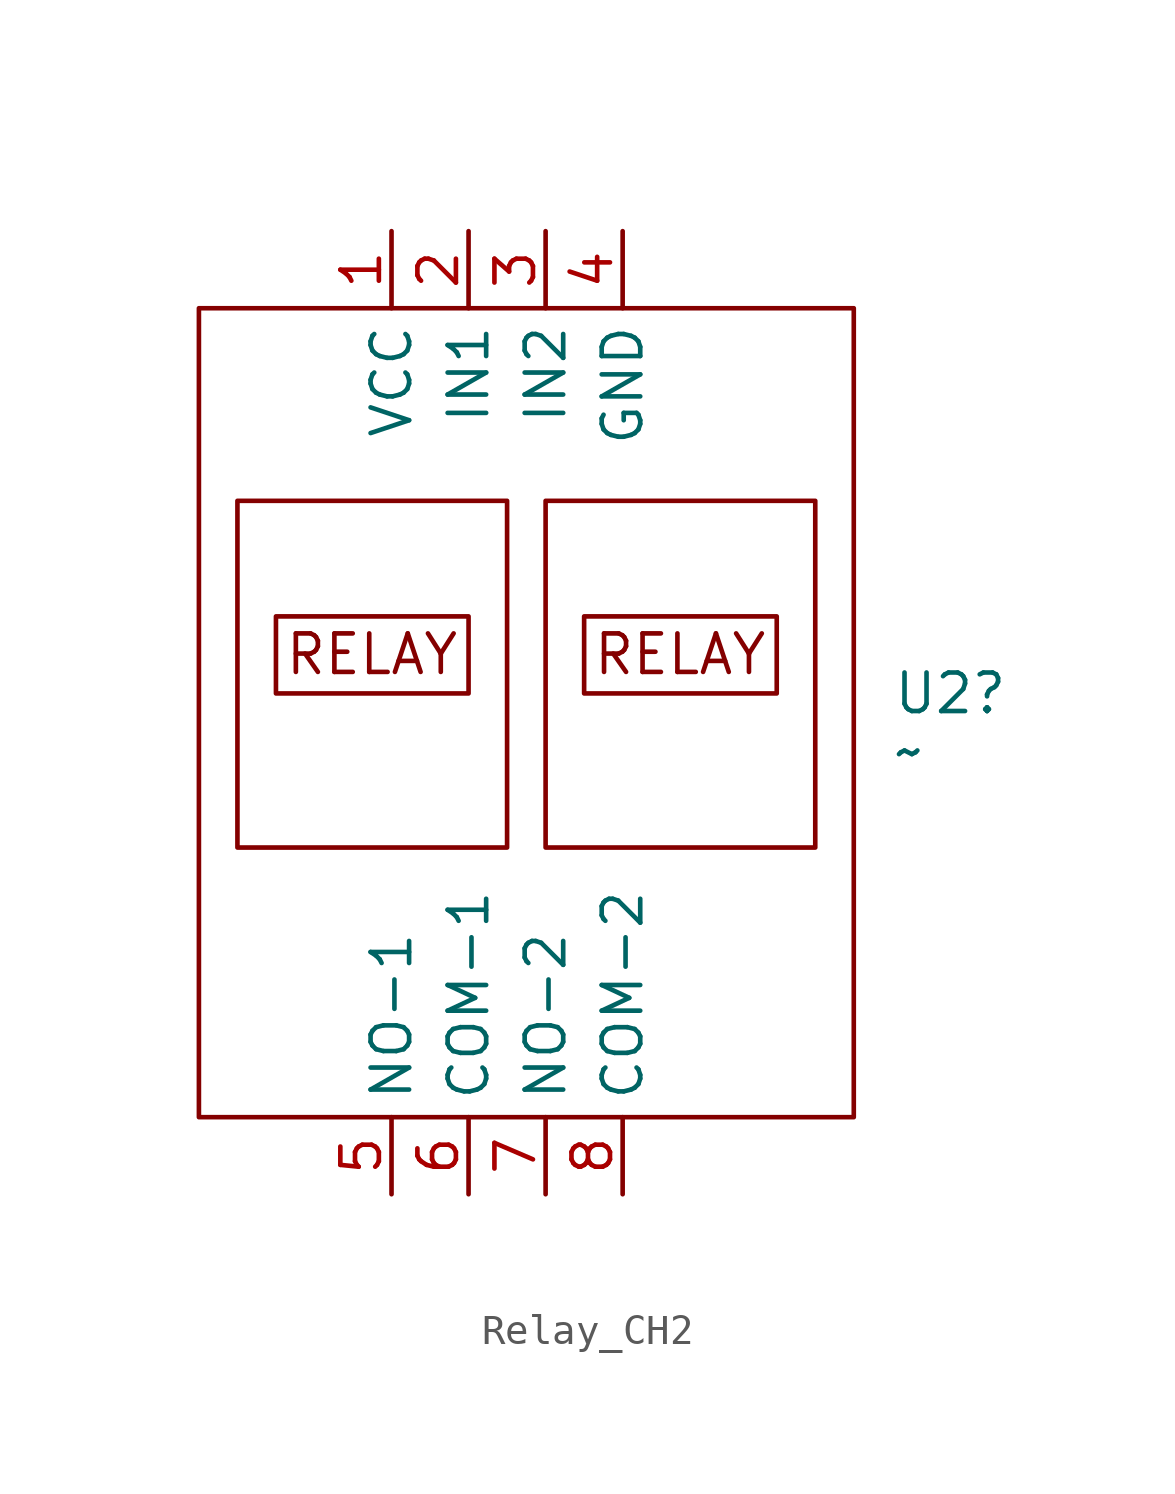
<source format=kicad_sym>
(kicad_symbol_lib
  (version 20241209)
  (generator "kicad_symbol_editor")
  (generator_version "9.0")
  (symbol "Relay_CH2"
    (property "Reference" "U2"
      (at -6.35 11.43 0)
      (effects (font (size 1.27 1.27)) (justify left)))
    (property "Value" "~"
      (at -6.35 9.525 0)
      (effects (font (size 1.27 1.27)) (justify left)))
    (symbol "Relay_CH2_0_1"
      (rectangle (start -29.21 24.13) (end -7.62 -2.54) (stroke (width 0) (type default)) (fill (type none)))
      (rectangle (start -27.94 17.78) (end -19.05 6.35) (stroke (width 0) (type default)) (fill (type none)))
      (rectangle (start -17.78 17.78) (end -8.89 6.35) (stroke (width 0) (type default)) (fill (type none))))
    (symbol "Relay_CH2_1_1"
      (text_box "RELAY\n" (at -26.67 13.97 0) (size 6.35 -2.54) (margins 0.254 0.508 1.016 1.016) (stroke (width 0) (type solid)) (fill (type none)) (effects (font (size 1.27 1.27)) (justify left top)))
      (text_box "RELAY\n" (at -16.51 13.97 0) (size 6.35 -2.54) (margins 0.254 0.508 1.016 1.016) (stroke (width 0) (type solid)) (fill (type none)) (effects (font (size 1.27 1.27)) (justify left top)))
      (pin power_in line (at -22.86 26.67 270) (length 2.54) (name "VCC" (effects (font (size 1.27 1.27)))) (number "1" (effects (font (size 1.27 1.27)))))
      (pin bidirectional line (at -22.86 -5.08 90) (length 2.54) (name "NO-1" (effects (font (size 1.27 1.27)))) (number "5" (effects (font (size 1.27 1.27)))))
      (pin bidirectional line (at -20.32 26.67 270) (length 2.54) (name "IN1" (effects (font (size 1.27 1.27)))) (number "2" (effects (font (size 1.27 1.27)))))
      (pin bidirectional line (at -20.32 -5.08 90) (length 2.54) (name "COM-1" (effects (font (size 1.27 1.27)))) (number "6" (effects (font (size 1.27 1.27)))))
      (pin bidirectional line (at -17.78 26.67 270) (length 2.54) (name "IN2" (effects (font (size 1.27 1.27)))) (number "3" (effects (font (size 1.27 1.27)))))
      (pin bidirectional line (at -17.78 -5.08 90) (length 2.54) (name "NO-2" (effects (font (size 1.27 1.27)))) (number "7" (effects (font (size 1.27 1.27)))))
      (pin power_in line (at -15.24 26.67 270) (length 2.54) (name "GND" (effects (font (size 1.27 1.27)))) (number "4" (effects (font (size 1.27 1.27)))))
      (pin bidirectional line (at -15.24 -5.08 90) (length 2.54) (name "COM-2" (effects (font (size 1.27 1.27)))) (number "8" (effects (font (size 1.27 1.27))))))))
</source>
